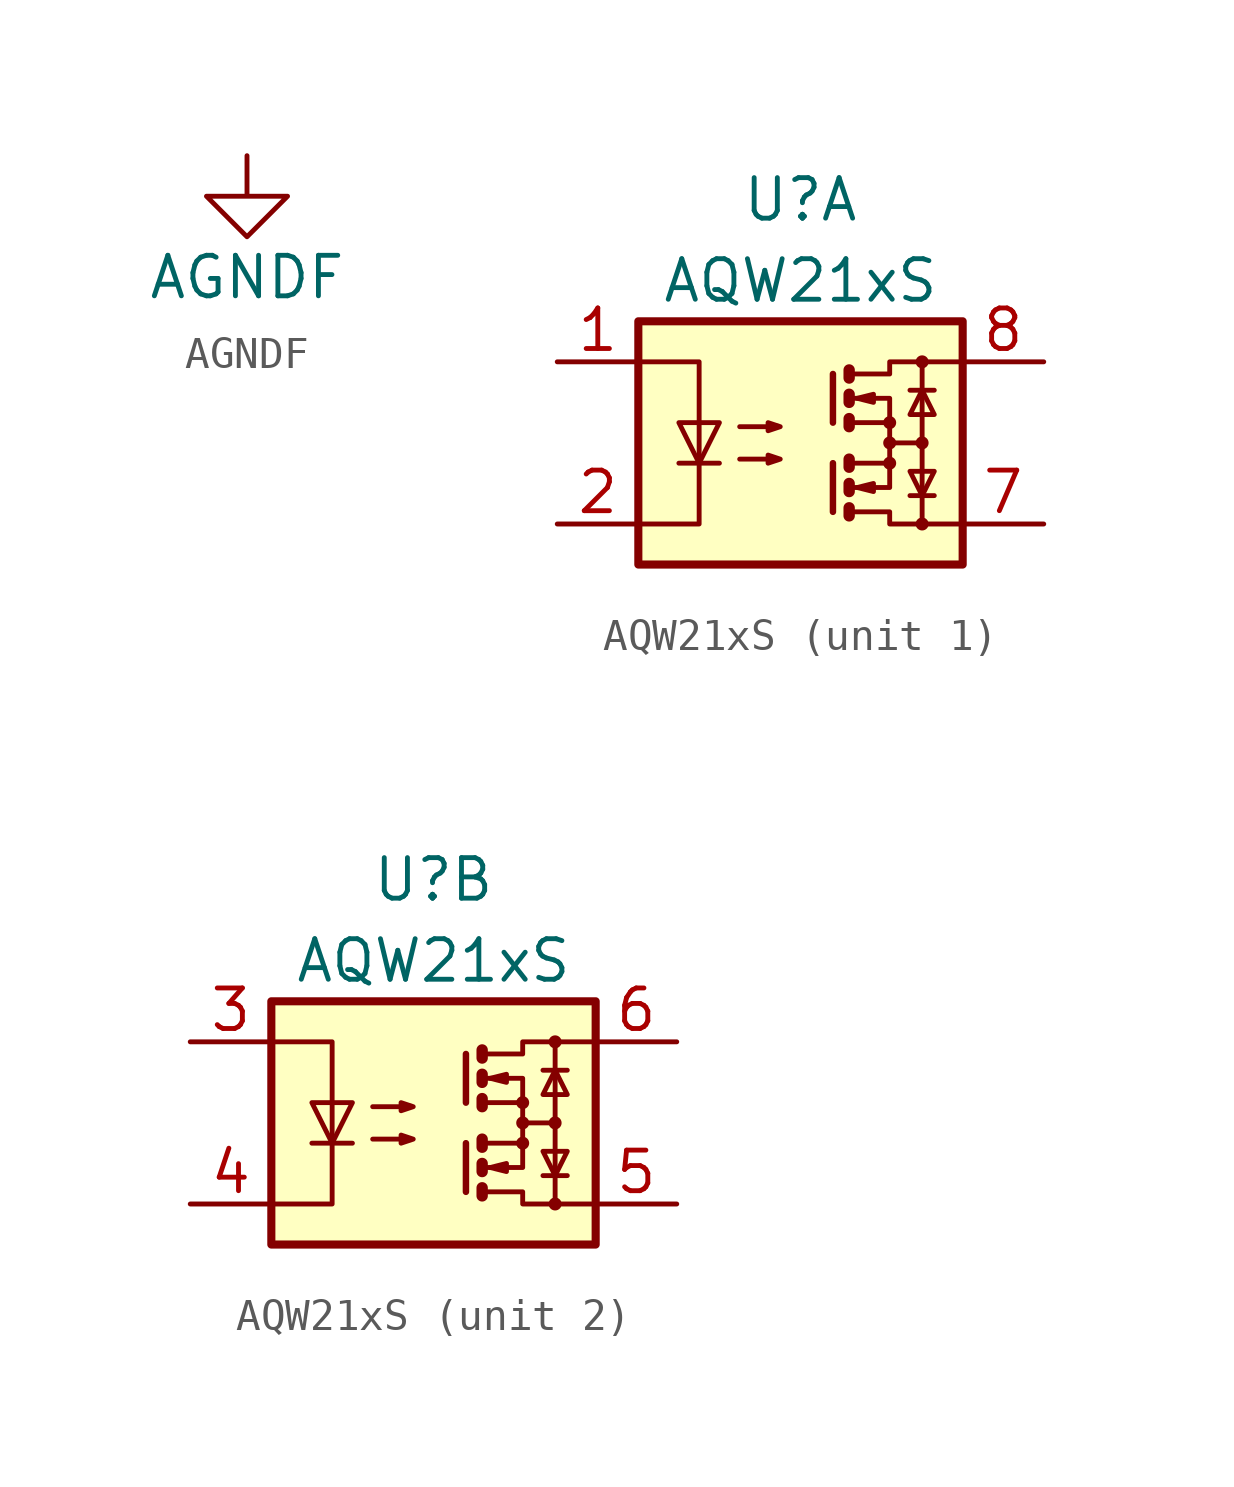
<source format=kicad_sym>
(kicad_symbol_lib
  (version 20220914)
  (generator kicad_symbol_editor)
  (symbol "AGNDF"
    (power)
    (pin_names
      (offset 0))
    (property "Reference" "#PWR"
      (at 0 -6.35 0)
      (effects (font (size 1.27 1.27)) hide))
    (property "Value" "AGNDF"
      (at 0 -3.81 0)
      (effects (font (size 1.27 1.27))))
    (symbol "AGNDF_0_1"
      (polyline (pts (xy 0 0) (xy 0 -1.27) (xy 1.27 -1.27) (xy 0 -2.54) (xy -1.27 -1.27) (xy 0 -1.27)) (stroke (width 0) (type solid)) (fill (type none))))
    (symbol "AGNDF_1_1"
      (pin power_in line (at 0 0 270) (length 0) hide (name "AGNDF" (effects (font (size 1.27 1.27)))) (number "1" (effects (font (size 1.27 1.27)))))))
  (symbol "AQW21xS"
    (pin_names
      (offset 1.016))
    (property "Reference" "U"
      (at 0 7.62 0)
      (effects (font (size 1.27 1.27))))
    (property "Value" "AQW21xS"
      (at 0 5.08 0)
      (effects (font (size 1.27 1.27))))
    (symbol "AQW21xS_1_1"
      (rectangle (start -5.08 3.81) (end 5.08 -3.81) (stroke (width 0.254) (type solid)) (fill (type background)))
      (polyline (pts (xy -3.81 -0.635) (xy -2.54 -0.635)) (stroke (width 0) (type solid)) (fill (type none)))
      (polyline (pts (xy 1.016 -0.635) (xy 1.016 -2.159)) (stroke (width 0.203) (type solid)) (fill (type none)))
      (polyline (pts (xy 1.016 2.159) (xy 1.016 0.635)) (stroke (width 0.203) (type solid)) (fill (type none)))
      (polyline (pts (xy 1.524 -0.508) (xy 1.524 -0.762)) (stroke (width 0.356) (type solid)) (fill (type none)))
      (polyline (pts (xy 2.794 0) (xy 3.81 0)) (stroke (width 0) (type solid)) (fill (type none)))
      (polyline (pts (xy 3.429 -1.651) (xy 4.191 -1.651)) (stroke (width 0) (type solid)) (fill (type none)))
      (polyline (pts (xy 3.429 1.651) (xy 4.191 1.651)) (stroke (width 0) (type solid)) (fill (type none)))
      (polyline (pts (xy 3.81 -2.54) (xy 3.81 2.54)) (stroke (width 0) (type solid)) (fill (type none)))
      (polyline (pts (xy 1.524 -2.032) (xy 1.524 -2.286) (xy 1.524 -2.286)) (stroke (width 0.356) (type solid)) (fill (type none)))
      (polyline (pts (xy 1.524 -1.27) (xy 1.524 -1.524) (xy 1.524 -1.524)) (stroke (width 0.356) (type solid)) (fill (type none)))
      (polyline (pts (xy 1.524 0.762) (xy 1.524 0.508) (xy 1.524 0.508)) (stroke (width 0.356) (type solid)) (fill (type none)))
      (polyline (pts (xy 1.524 1.524) (xy 1.524 1.27) (xy 1.524 1.27)) (stroke (width 0.356) (type solid)) (fill (type none)))
      (polyline (pts (xy 1.524 2.286) (xy 1.524 2.032) (xy 1.524 2.032)) (stroke (width 0.356) (type solid)) (fill (type none)))
      (polyline (pts (xy 1.651 -1.397) (xy 2.794 -1.397) (xy 2.794 -0.635)) (stroke (width 0) (type solid)) (fill (type none)))
      (polyline (pts (xy 1.651 1.397) (xy 2.794 1.397) (xy 2.794 0.635)) (stroke (width 0) (type solid)) (fill (type none)))
      (polyline (pts (xy -5.08 2.54) (xy -3.175 2.54) (xy -3.175 -2.54) (xy -5.08 -2.54)) (stroke (width 0) (type solid)) (fill (type none)))
      (polyline (pts (xy -3.175 -0.635) (xy -3.81 0.635) (xy -2.54 0.635) (xy -3.175 -0.635)) (stroke (width 0) (type solid)) (fill (type none)))
      (polyline (pts (xy 1.651 -2.159) (xy 2.794 -2.159) (xy 2.794 -2.54) (xy 5.08 -2.54)) (stroke (width 0) (type solid)) (fill (type none)))
      (polyline (pts (xy 1.651 -0.635) (xy 2.794 -0.635) (xy 2.794 0.635) (xy 1.651 0.635)) (stroke (width 0) (type solid)) (fill (type none)))
      (polyline (pts (xy 1.651 2.159) (xy 2.794 2.159) (xy 2.794 2.54) (xy 5.08 2.54)) (stroke (width 0) (type solid)) (fill (type none)))
      (polyline (pts (xy 1.778 -1.397) (xy 2.286 -1.27) (xy 2.286 -1.524) (xy 1.778 -1.397)) (stroke (width 0) (type solid)) (fill (type none)))
      (polyline (pts (xy 1.778 1.397) (xy 2.286 1.524) (xy 2.286 1.27) (xy 1.778 1.397)) (stroke (width 0) (type solid)) (fill (type none)))
      (polyline (pts (xy 3.81 -1.651) (xy 3.429 -0.889) (xy 4.191 -0.889) (xy 3.81 -1.651)) (stroke (width 0) (type solid)) (fill (type none)))
      (polyline (pts (xy 3.81 1.651) (xy 3.429 0.889) (xy 4.191 0.889) (xy 3.81 1.651)) (stroke (width 0) (type solid)) (fill (type none)))
      (polyline (pts (xy -1.905 -0.508) (xy -0.635 -0.508) (xy -1.016 -0.635) (xy -1.016 -0.381) (xy -0.635 -0.508)) (stroke (width 0) (type solid)) (fill (type none)))
      (polyline (pts (xy -1.905 0.508) (xy -0.635 0.508) (xy -1.016 0.381) (xy -1.016 0.635) (xy -0.635 0.508)) (stroke (width 0) (type solid)) (fill (type none)))
      (circle (center 2.794 -0.635) (radius 0.127) (stroke (width 0) (type solid)) (fill (type none)))
      (circle (center 2.794 0) (radius 0.127) (stroke (width 0) (type solid)) (fill (type none)))
      (circle (center 2.794 0.635) (radius 0.127) (stroke (width 0) (type solid)) (fill (type none)))
      (circle (center 3.81 -2.54) (radius 0.127) (stroke (width 0) (type solid)) (fill (type none)))
      (circle (center 3.81 0) (radius 0.127) (stroke (width 0) (type solid)) (fill (type none)))
      (circle (center 3.81 2.54) (radius 0.127) (stroke (width 0) (type solid)) (fill (type none)))
      (pin passive line (at -7.62 2.54 0) (length 2.54) (name "~" (effects (font (size 1.27 1.27)))) (number "1" (effects (font (size 1.27 1.27)))))
      (pin passive line (at -7.62 -2.54 0) (length 2.54) (name "~" (effects (font (size 1.27 1.27)))) (number "2" (effects (font (size 1.27 1.27)))))
      (pin passive line (at 7.62 -2.54 180) (length 2.54) (name "~" (effects (font (size 1.27 1.27)))) (number "7" (effects (font (size 1.27 1.27)))))
      (pin passive line (at 7.62 2.54 180) (length 2.54) (name "~" (effects (font (size 1.27 1.27)))) (number "8" (effects (font (size 1.27 1.27))))))
    (symbol "AQW21xS_2_1"
      (rectangle (start -5.08 3.81) (end 5.08 -3.81) (stroke (width 0.254) (type solid)) (fill (type background)))
      (polyline (pts (xy -3.81 -0.635) (xy -2.54 -0.635)) (stroke (width 0) (type solid)) (fill (type none)))
      (polyline (pts (xy 1.016 -0.635) (xy 1.016 -2.159)) (stroke (width 0.203) (type solid)) (fill (type none)))
      (polyline (pts (xy 1.016 2.159) (xy 1.016 0.635)) (stroke (width 0.203) (type solid)) (fill (type none)))
      (polyline (pts (xy 1.524 -0.508) (xy 1.524 -0.762)) (stroke (width 0.356) (type solid)) (fill (type none)))
      (polyline (pts (xy 2.794 0) (xy 3.81 0)) (stroke (width 0) (type solid)) (fill (type none)))
      (polyline (pts (xy 3.429 -1.651) (xy 4.191 -1.651)) (stroke (width 0) (type solid)) (fill (type none)))
      (polyline (pts (xy 3.429 1.651) (xy 4.191 1.651)) (stroke (width 0) (type solid)) (fill (type none)))
      (polyline (pts (xy 3.81 -2.54) (xy 3.81 2.54)) (stroke (width 0) (type solid)) (fill (type none)))
      (polyline (pts (xy 1.524 -2.032) (xy 1.524 -2.286) (xy 1.524 -2.286)) (stroke (width 0.356) (type solid)) (fill (type none)))
      (polyline (pts (xy 1.524 -1.27) (xy 1.524 -1.524) (xy 1.524 -1.524)) (stroke (width 0.356) (type solid)) (fill (type none)))
      (polyline (pts (xy 1.524 0.762) (xy 1.524 0.508) (xy 1.524 0.508)) (stroke (width 0.356) (type solid)) (fill (type none)))
      (polyline (pts (xy 1.524 1.524) (xy 1.524 1.27) (xy 1.524 1.27)) (stroke (width 0.356) (type solid)) (fill (type none)))
      (polyline (pts (xy 1.524 2.286) (xy 1.524 2.032) (xy 1.524 2.032)) (stroke (width 0.356) (type solid)) (fill (type none)))
      (polyline (pts (xy 1.651 -1.397) (xy 2.794 -1.397) (xy 2.794 -0.635)) (stroke (width 0) (type solid)) (fill (type none)))
      (polyline (pts (xy 1.651 1.397) (xy 2.794 1.397) (xy 2.794 0.635)) (stroke (width 0) (type solid)) (fill (type none)))
      (polyline (pts (xy -5.08 2.54) (xy -3.175 2.54) (xy -3.175 -2.54) (xy -5.08 -2.54)) (stroke (width 0) (type solid)) (fill (type none)))
      (polyline (pts (xy -3.175 -0.635) (xy -3.81 0.635) (xy -2.54 0.635) (xy -3.175 -0.635)) (stroke (width 0) (type solid)) (fill (type none)))
      (polyline (pts (xy 1.651 -2.159) (xy 2.794 -2.159) (xy 2.794 -2.54) (xy 5.08 -2.54)) (stroke (width 0) (type solid)) (fill (type none)))
      (polyline (pts (xy 1.651 -0.635) (xy 2.794 -0.635) (xy 2.794 0.635) (xy 1.651 0.635)) (stroke (width 0) (type solid)) (fill (type none)))
      (polyline (pts (xy 1.651 2.159) (xy 2.794 2.159) (xy 2.794 2.54) (xy 5.08 2.54)) (stroke (width 0) (type solid)) (fill (type none)))
      (polyline (pts (xy 1.778 -1.397) (xy 2.286 -1.27) (xy 2.286 -1.524) (xy 1.778 -1.397)) (stroke (width 0) (type solid)) (fill (type none)))
      (polyline (pts (xy 1.778 1.397) (xy 2.286 1.524) (xy 2.286 1.27) (xy 1.778 1.397)) (stroke (width 0) (type solid)) (fill (type none)))
      (polyline (pts (xy 3.81 -1.651) (xy 3.429 -0.889) (xy 4.191 -0.889) (xy 3.81 -1.651)) (stroke (width 0) (type solid)) (fill (type none)))
      (polyline (pts (xy 3.81 1.651) (xy 3.429 0.889) (xy 4.191 0.889) (xy 3.81 1.651)) (stroke (width 0) (type solid)) (fill (type none)))
      (polyline (pts (xy -1.905 -0.508) (xy -0.635 -0.508) (xy -1.016 -0.635) (xy -1.016 -0.381) (xy -0.635 -0.508)) (stroke (width 0) (type solid)) (fill (type none)))
      (polyline (pts (xy -1.905 0.508) (xy -0.635 0.508) (xy -1.016 0.381) (xy -1.016 0.635) (xy -0.635 0.508)) (stroke (width 0) (type solid)) (fill (type none)))
      (circle (center 2.794 -0.635) (radius 0.127) (stroke (width 0) (type solid)) (fill (type none)))
      (circle (center 2.794 0) (radius 0.127) (stroke (width 0) (type solid)) (fill (type none)))
      (circle (center 2.794 0.635) (radius 0.127) (stroke (width 0) (type solid)) (fill (type none)))
      (circle (center 3.81 -2.54) (radius 0.127) (stroke (width 0) (type solid)) (fill (type none)))
      (circle (center 3.81 0) (radius 0.127) (stroke (width 0) (type solid)) (fill (type none)))
      (circle (center 3.81 2.54) (radius 0.127) (stroke (width 0) (type solid)) (fill (type none)))
      (pin passive line (at -7.62 2.54 0) (length 2.54) (name "~" (effects (font (size 1.27 1.27)))) (number "3" (effects (font (size 1.27 1.27)))))
      (pin passive line (at -7.62 -2.54 0) (length 2.54) (name "~" (effects (font (size 1.27 1.27)))) (number "4" (effects (font (size 1.27 1.27)))))
      (pin passive line (at 7.62 -2.54 180) (length 2.54) (name "~" (effects (font (size 1.27 1.27)))) (number "5" (effects (font (size 1.27 1.27)))))
      (pin passive line (at 7.62 2.54 180) (length 2.54) (name "~" (effects (font (size 1.27 1.27)))) (number "6" (effects (font (size 1.27 1.27))))))))
</source>
